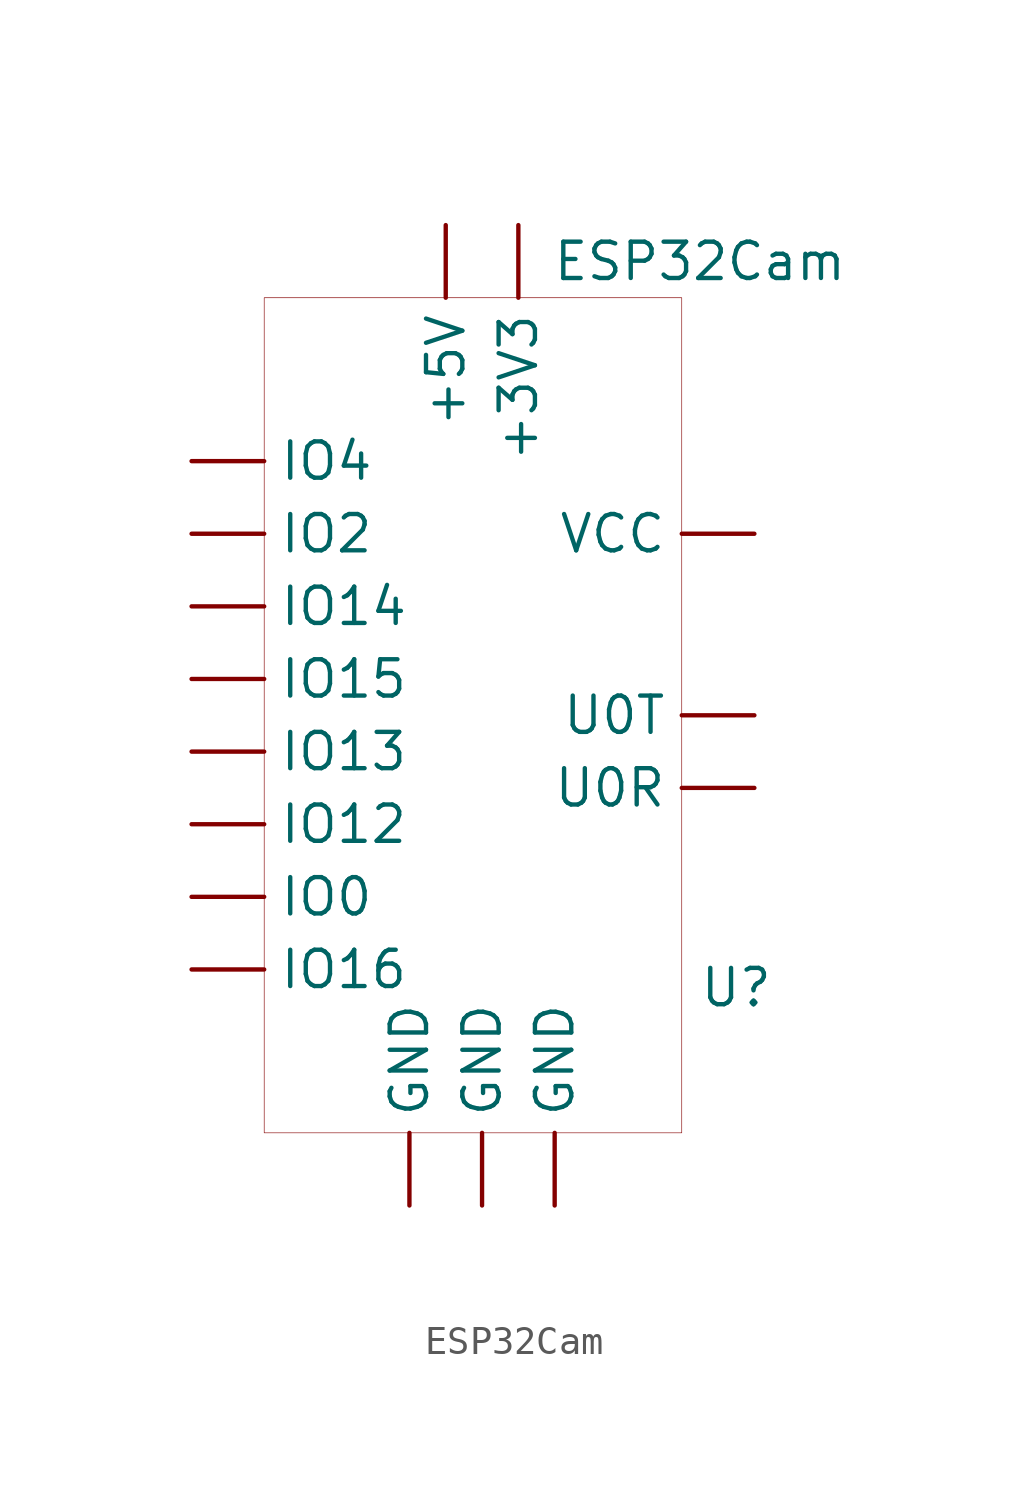
<source format=kicad_sym>
(kicad_symbol_lib
  (version 20201005)
  (generator kicad_symbol_editor)
  (symbol "ESP32CAM:ESP32Cam"
    (property "Reference" "U"
      (at 8.89 -26.67 0)
      (effects (font (size 1.27 1.27))))
    (property "Value" "ESP32Cam"
      (at 7.62 -1.27 0)
      (effects (font (size 1.27 1.27))))
    (symbol "ESP32Cam_0_1"
      (rectangle (start -7.62 -2.54) (end 6.985 -31.75) (stroke (width 0.001)) (fill (type none))))
    (symbol "ESP32Cam_1_1"
      (pin input line (at 0 -34.29 90) (length 2.54) (name "GND" (effects (font (size 1.27 1.27)))) (number "" (effects (font (size 1.27 1.27)))))
      (pin input line (at 2.54 -34.29 90) (length 2.54) (name "GND" (effects (font (size 1.27 1.27)))) (number "" (effects (font (size 1.27 1.27)))))
      (pin input line (at -2.54 -34.29 90) (length 2.54) (name "GND" (effects (font (size 1.27 1.27)))) (number "" (effects (font (size 1.27 1.27)))))
      (pin output line (at 9.525 -10.795 180) (length 2.54) (name "VCC" (effects (font (size 1.27 1.27)))) (number "" (effects (font (size 1.27 1.27)))))
      (pin input line (at -1.27 0 270) (length 2.54) (name "+5V" (effects (font (size 1.27 1.27)))) (number "" (effects (font (size 1.27 1.27)))))
      (pin input line (at 1.27 0 270) (length 2.54) (name "+3V3" (effects (font (size 1.27 1.27)))) (number "" (effects (font (size 1.27 1.27)))))
      (pin output line (at 9.525 -17.145 180) (length 2.54) (name "U0T" (effects (font (size 1.27 1.27)))) (number "" (effects (font (size 1.27 1.27)))))
      (pin output line (at 9.525 -19.685 180) (length 2.54) (name "U0R" (effects (font (size 1.27 1.27)))) (number "" (effects (font (size 1.27 1.27)))))
      (pin bidirectional line (at -10.16 -8.255 0) (length 2.54) (name "IO4" (effects (font (size 1.27 1.27)))) (number "" (effects (font (size 1.27 1.27)))))
      (pin bidirectional line (at -10.16 -10.795 0) (length 2.54) (name "IO2" (effects (font (size 1.27 1.27)))) (number "" (effects (font (size 1.27 1.27)))))
      (pin bidirectional line (at -10.16 -13.335 0) (length 2.54) (name "IO14" (effects (font (size 1.27 1.27)))) (number "" (effects (font (size 1.27 1.27)))))
      (pin bidirectional line (at -10.16 -15.875 0) (length 2.54) (name "IO15" (effects (font (size 1.27 1.27)))) (number "" (effects (font (size 1.27 1.27)))))
      (pin bidirectional line (at -10.16 -18.415 0) (length 2.54) (name "IO13" (effects (font (size 1.27 1.27)))) (number "" (effects (font (size 1.27 1.27)))))
      (pin bidirectional line (at -10.16 -20.955 0) (length 2.54) (name "IO12" (effects (font (size 1.27 1.27)))) (number "" (effects (font (size 1.27 1.27)))))
      (pin bidirectional line (at -10.16 -23.495 0) (length 2.54) (name "IO0" (effects (font (size 1.27 1.27)))) (number "" (effects (font (size 1.27 1.27)))))
      (pin bidirectional line (at -10.16 -26.035 0) (length 2.54) (name "IO16" (effects (font (size 1.27 1.27)))) (number "" (effects (font (size 1.27 1.27))))))))
</source>
